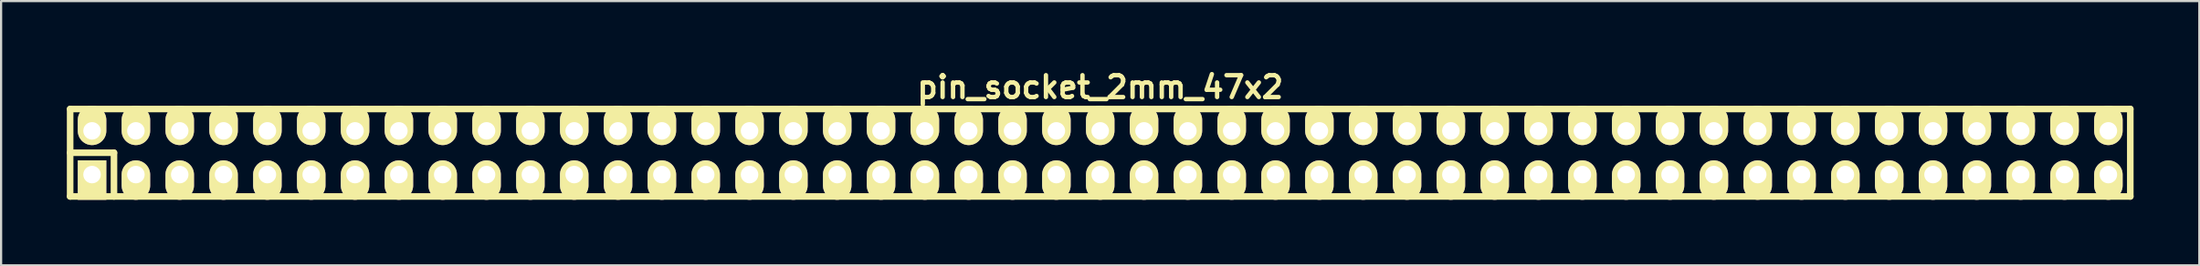
<source format=kicad_pcb>
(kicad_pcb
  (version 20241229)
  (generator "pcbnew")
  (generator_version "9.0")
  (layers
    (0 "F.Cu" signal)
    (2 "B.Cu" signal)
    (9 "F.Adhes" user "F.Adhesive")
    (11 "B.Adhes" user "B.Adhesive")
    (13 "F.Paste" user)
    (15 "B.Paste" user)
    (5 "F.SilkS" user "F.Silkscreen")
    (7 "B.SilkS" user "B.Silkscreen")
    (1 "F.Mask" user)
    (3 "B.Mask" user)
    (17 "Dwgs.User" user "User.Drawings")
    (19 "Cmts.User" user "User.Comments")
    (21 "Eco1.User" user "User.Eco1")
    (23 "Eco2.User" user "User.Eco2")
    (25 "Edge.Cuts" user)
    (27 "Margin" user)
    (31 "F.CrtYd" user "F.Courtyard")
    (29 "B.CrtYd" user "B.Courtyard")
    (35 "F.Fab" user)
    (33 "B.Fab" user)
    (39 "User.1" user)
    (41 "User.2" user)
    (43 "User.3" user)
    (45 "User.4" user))
  (footprint "pin_socket_2mm_47x2"
    (layer "F.Cu")
    (at 47.15 3.936)
    (property "Reference" "pin_socket_2mm_47x2" (at 0 -3 0) (layer "F.SilkS") (effects (font (size 1 1) (thickness 0.2))))
    (attr through_hole)
    (fp_line (start -47 -2) (end 47 -2) (stroke (width 0.3) (type solid)) (layer "F.SilkS"))
    (fp_line (start -47 0) (end -45 0) (stroke (width 0.3) (type solid)) (layer "F.SilkS"))
    (fp_line (start -47 2) (end -47 -2) (stroke (width 0.3) (type solid)) (layer "F.SilkS"))
    (fp_line (start -45 0) (end -45 2) (stroke (width 0.3) (type solid)) (layer "F.SilkS"))
    (fp_line (start 47 -2) (end 47 2) (stroke (width 0.3) (type solid)) (layer "F.SilkS"))
    (fp_line (start 47 2) (end -47 2) (stroke (width 0.3) (type solid)) (layer "F.SilkS"))
    (pad "1" thru_hole rect (at -46 1) (size 1.3 1.8) (drill 0.8 (offset 0 0.25)) (layers "*.Cu" "*.Mask" "F.SilkS"))
    (pad "2" thru_hole oval (at -46 -1) (size 1.3 1.8) (drill 0.8 (offset 0 -0.25)) (layers "*.Cu" "*.Mask" "F.SilkS"))
    (pad "3" thru_hole oval (at -44 1) (size 1.3 1.8) (drill 0.8 (offset 0 0.25)) (layers "*.Cu" "*.Mask" "F.SilkS"))
    (pad "4" thru_hole oval (at -44 -1) (size 1.3 1.8) (drill 0.8 (offset 0 -0.25)) (layers "*.Cu" "*.Mask" "F.SilkS"))
    (pad "5" thru_hole oval (at -42 1) (size 1.3 1.8) (drill 0.8 (offset 0 0.25)) (layers "*.Cu" "*.Mask" "F.SilkS"))
    (pad "6" thru_hole oval (at -42 -1) (size 1.3 1.8) (drill 0.8 (offset 0 -0.25)) (layers "*.Cu" "*.Mask" "F.SilkS"))
    (pad "7" thru_hole oval (at -40 1) (size 1.3 1.8) (drill 0.8 (offset 0 0.25)) (layers "*.Cu" "*.Mask" "F.SilkS"))
    (pad "8" thru_hole oval (at -40 -1) (size 1.3 1.8) (drill 0.8 (offset 0 -0.25)) (layers "*.Cu" "*.Mask" "F.SilkS"))
    (pad "9" thru_hole oval (at -38 1) (size 1.3 1.8) (drill 0.8 (offset 0 0.25)) (layers "*.Cu" "*.Mask" "F.SilkS"))
    (pad "10" thru_hole oval (at -38 -1) (size 1.3 1.8) (drill 0.8 (offset 0 -0.25)) (layers "*.Cu" "*.Mask" "F.SilkS"))
    (pad "11" thru_hole oval (at -36 1) (size 1.3 1.8) (drill 0.8 (offset 0 0.25)) (layers "*.Cu" "*.Mask" "F.SilkS"))
    (pad "12" thru_hole oval (at -36 -1) (size 1.3 1.8) (drill 0.8 (offset 0 -0.25)) (layers "*.Cu" "*.Mask" "F.SilkS"))
    (pad "13" thru_hole oval (at -34 1) (size 1.3 1.8) (drill 0.8 (offset 0 0.25)) (layers "*.Cu" "*.Mask" "F.SilkS"))
    (pad "14" thru_hole oval (at -34 -1) (size 1.3 1.8) (drill 0.8 (offset 0 -0.25)) (layers "*.Cu" "*.Mask" "F.SilkS"))
    (pad "15" thru_hole oval (at -32 1) (size 1.3 1.8) (drill 0.8 (offset 0 0.25)) (layers "*.Cu" "*.Mask" "F.SilkS"))
    (pad "16" thru_hole oval (at -32 -1) (size 1.3 1.8) (drill 0.8 (offset 0 -0.25)) (layers "*.Cu" "*.Mask" "F.SilkS"))
    (pad "17" thru_hole oval (at -30 1) (size 1.3 1.8) (drill 0.8 (offset 0 0.25)) (layers "*.Cu" "*.Mask" "F.SilkS"))
    (pad "18" thru_hole oval (at -30 -1) (size 1.3 1.8) (drill 0.8 (offset 0 -0.25)) (layers "*.Cu" "*.Mask" "F.SilkS"))
    (pad "19" thru_hole oval (at -28 1) (size 1.3 1.8) (drill 0.8 (offset 0 0.25)) (layers "*.Cu" "*.Mask" "F.SilkS"))
    (pad "20" thru_hole oval (at -28 -1) (size 1.3 1.8) (drill 0.8 (offset 0 -0.25)) (layers "*.Cu" "*.Mask" "F.SilkS"))
    (pad "21" thru_hole oval (at -26 1) (size 1.3 1.8) (drill 0.8 (offset 0 0.25)) (layers "*.Cu" "*.Mask" "F.SilkS"))
    (pad "22" thru_hole oval (at -26 -1) (size 1.3 1.8) (drill 0.8 (offset 0 -0.25)) (layers "*.Cu" "*.Mask" "F.SilkS"))
    (pad "23" thru_hole oval (at -24 1) (size 1.3 1.8) (drill 0.8 (offset 0 0.25)) (layers "*.Cu" "*.Mask" "F.SilkS"))
    (pad "24" thru_hole oval (at -24 -1) (size 1.3 1.8) (drill 0.8 (offset 0 -0.25)) (layers "*.Cu" "*.Mask" "F.SilkS"))
    (pad "25" thru_hole oval (at -22 1) (size 1.3 1.8) (drill 0.8 (offset 0 0.25)) (layers "*.Cu" "*.Mask" "F.SilkS"))
    (pad "26" thru_hole oval (at -22 -1) (size 1.3 1.8) (drill 0.8 (offset 0 -0.25)) (layers "*.Cu" "*.Mask" "F.SilkS"))
    (pad "27" thru_hole oval (at -20 1) (size 1.3 1.8) (drill 0.8 (offset 0 0.25)) (layers "*.Cu" "*.Mask" "F.SilkS"))
    (pad "28" thru_hole oval (at -20 -1) (size 1.3 1.8) (drill 0.8 (offset 0 -0.25)) (layers "*.Cu" "*.Mask" "F.SilkS"))
    (pad "29" thru_hole oval (at -18 1) (size 1.3 1.8) (drill 0.8 (offset 0 0.25)) (layers "*.Cu" "*.Mask" "F.SilkS"))
    (pad "30" thru_hole oval (at -18 -1) (size 1.3 1.8) (drill 0.8 (offset 0 -0.25)) (layers "*.Cu" "*.Mask" "F.SilkS"))
    (pad "31" thru_hole oval (at -16 1) (size 1.3 1.8) (drill 0.8 (offset 0 0.25)) (layers "*.Cu" "*.Mask" "F.SilkS"))
    (pad "32" thru_hole oval (at -16 -1) (size 1.3 1.8) (drill 0.8 (offset 0 -0.25)) (layers "*.Cu" "*.Mask" "F.SilkS"))
    (pad "33" thru_hole oval (at -14 1) (size 1.3 1.8) (drill 0.8 (offset 0 0.25)) (layers "*.Cu" "*.Mask" "F.SilkS"))
    (pad "34" thru_hole oval (at -14 -1) (size 1.3 1.8) (drill 0.8 (offset 0 -0.25)) (layers "*.Cu" "*.Mask" "F.SilkS"))
    (pad "35" thru_hole oval (at -12 1) (size 1.3 1.8) (drill 0.8 (offset 0 0.25)) (layers "*.Cu" "*.Mask" "F.SilkS"))
    (pad "36" thru_hole oval (at -12 -1) (size 1.3 1.8) (drill 0.8 (offset 0 -0.25)) (layers "*.Cu" "*.Mask" "F.SilkS"))
    (pad "37" thru_hole oval (at -10 1) (size 1.3 1.8) (drill 0.8 (offset 0 0.25)) (layers "*.Cu" "*.Mask" "F.SilkS"))
    (pad "38" thru_hole oval (at -10 -1) (size 1.3 1.8) (drill 0.8 (offset 0 -0.25)) (layers "*.Cu" "*.Mask" "F.SilkS"))
    (pad "39" thru_hole oval (at -8 1) (size 1.3 1.8) (drill 0.8 (offset 0 0.25)) (layers "*.Cu" "*.Mask" "F.SilkS"))
    (pad "40" thru_hole oval (at -8 -1) (size 1.3 1.8) (drill 0.8 (offset 0 -0.25)) (layers "*.Cu" "*.Mask" "F.SilkS"))
    (pad "41" thru_hole oval (at -6 1) (size 1.3 1.8) (drill 0.8 (offset 0 0.25)) (layers "*.Cu" "*.Mask" "F.SilkS"))
    (pad "42" thru_hole oval (at -6 -1) (size 1.3 1.8) (drill 0.8 (offset 0 -0.25)) (layers "*.Cu" "*.Mask" "F.SilkS"))
    (pad "43" thru_hole oval (at -4 1) (size 1.3 1.8) (drill 0.8 (offset 0 0.25)) (layers "*.Cu" "*.Mask" "F.SilkS"))
    (pad "44" thru_hole oval (at -4 -1) (size 1.3 1.8) (drill 0.8 (offset 0 -0.25)) (layers "*.Cu" "*.Mask" "F.SilkS"))
    (pad "45" thru_hole oval (at -2 1) (size 1.3 1.8) (drill 0.8 (offset 0 0.25)) (layers "*.Cu" "*.Mask" "F.SilkS"))
    (pad "46" thru_hole oval (at -2 -1) (size 1.3 1.8) (drill 0.8 (offset 0 -0.25)) (layers "*.Cu" "*.Mask" "F.SilkS"))
    (pad "47" thru_hole oval (at 0 1) (size 1.3 1.8) (drill 0.8 (offset 0 0.25)) (layers "*.Cu" "*.Mask" "F.SilkS"))
    (pad "48" thru_hole oval (at 0 -1) (size 1.3 1.8) (drill 0.8 (offset 0 -0.25)) (layers "*.Cu" "*.Mask" "F.SilkS"))
    (pad "49" thru_hole oval (at 2 1) (size 1.3 1.8) (drill 0.8 (offset 0 0.25)) (layers "*.Cu" "*.Mask" "F.SilkS"))
    (pad "50" thru_hole oval (at 2 -1) (size 1.3 1.8) (drill 0.8 (offset 0 -0.25)) (layers "*.Cu" "*.Mask" "F.SilkS"))
    (pad "51" thru_hole oval (at 4 1) (size 1.3 1.8) (drill 0.8 (offset 0 0.25)) (layers "*.Cu" "*.Mask" "F.SilkS"))
    (pad "52" thru_hole oval (at 4 -1) (size 1.3 1.8) (drill 0.8 (offset 0 -0.25)) (layers "*.Cu" "*.Mask" "F.SilkS"))
    (pad "53" thru_hole oval (at 6 1) (size 1.3 1.8) (drill 0.8 (offset 0 0.25)) (layers "*.Cu" "*.Mask" "F.SilkS"))
    (pad "54" thru_hole oval (at 6 -1) (size 1.3 1.8) (drill 0.8 (offset 0 -0.25)) (layers "*.Cu" "*.Mask" "F.SilkS"))
    (pad "55" thru_hole oval (at 8 1) (size 1.3 1.8) (drill 0.8 (offset 0 0.25)) (layers "*.Cu" "*.Mask" "F.SilkS"))
    (pad "56" thru_hole oval (at 8 -1) (size 1.3 1.8) (drill 0.8 (offset 0 -0.25)) (layers "*.Cu" "*.Mask" "F.SilkS"))
    (pad "57" thru_hole oval (at 10 1) (size 1.3 1.8) (drill 0.8 (offset 0 0.25)) (layers "*.Cu" "*.Mask" "F.SilkS"))
    (pad "58" thru_hole oval (at 10 -1) (size 1.3 1.8) (drill 0.8 (offset 0 -0.25)) (layers "*.Cu" "*.Mask" "F.SilkS"))
    (pad "59" thru_hole oval (at 12 1) (size 1.3 1.8) (drill 0.8 (offset 0 0.25)) (layers "*.Cu" "*.Mask" "F.SilkS"))
    (pad "60" thru_hole oval (at 12 -1) (size 1.3 1.8) (drill 0.8 (offset 0 -0.25)) (layers "*.Cu" "*.Mask" "F.SilkS"))
    (pad "61" thru_hole oval (at 14 1) (size 1.3 1.8) (drill 0.8 (offset 0 0.25)) (layers "*.Cu" "*.Mask" "F.SilkS"))
    (pad "62" thru_hole oval (at 14 -1) (size 1.3 1.8) (drill 0.8 (offset 0 -0.25)) (layers "*.Cu" "*.Mask" "F.SilkS"))
    (pad "63" thru_hole oval (at 16 1) (size 1.3 1.8) (drill 0.8 (offset 0 0.25)) (layers "*.Cu" "*.Mask" "F.SilkS"))
    (pad "64" thru_hole oval (at 16 -1) (size 1.3 1.8) (drill 0.8 (offset 0 -0.25)) (layers "*.Cu" "*.Mask" "F.SilkS"))
    (pad "65" thru_hole oval (at 18 1) (size 1.3 1.8) (drill 0.8 (offset 0 0.25)) (layers "*.Cu" "*.Mask" "F.SilkS"))
    (pad "66" thru_hole oval (at 18 -1) (size 1.3 1.8) (drill 0.8 (offset 0 -0.25)) (layers "*.Cu" "*.Mask" "F.SilkS"))
    (pad "67" thru_hole oval (at 20 1) (size 1.3 1.8) (drill 0.8 (offset 0 0.25)) (layers "*.Cu" "*.Mask" "F.SilkS"))
    (pad "68" thru_hole oval (at 20 -1) (size 1.3 1.8) (drill 0.8 (offset 0 -0.25)) (layers "*.Cu" "*.Mask" "F.SilkS"))
    (pad "69" thru_hole oval (at 22 1) (size 1.3 1.8) (drill 0.8 (offset 0 0.25)) (layers "*.Cu" "*.Mask" "F.SilkS"))
    (pad "70" thru_hole oval (at 22 -1) (size 1.3 1.8) (drill 0.8 (offset 0 -0.25)) (layers "*.Cu" "*.Mask" "F.SilkS"))
    (pad "71" thru_hole oval (at 24 1) (size 1.3 1.8) (drill 0.8 (offset 0 0.25)) (layers "*.Cu" "*.Mask" "F.SilkS"))
    (pad "72" thru_hole oval (at 24 -1) (size 1.3 1.8) (drill 0.8 (offset 0 -0.25)) (layers "*.Cu" "*.Mask" "F.SilkS"))
    (pad "73" thru_hole oval (at 26 1) (size 1.3 1.8) (drill 0.8 (offset 0 0.25)) (layers "*.Cu" "*.Mask" "F.SilkS"))
    (pad "74" thru_hole oval (at 26 -1) (size 1.3 1.8) (drill 0.8 (offset 0 -0.25)) (layers "*.Cu" "*.Mask" "F.SilkS"))
    (pad "75" thru_hole oval (at 28 1) (size 1.3 1.8) (drill 0.8 (offset 0 0.25)) (layers "*.Cu" "*.Mask" "F.SilkS"))
    (pad "76" thru_hole oval (at 28 -1) (size 1.3 1.8) (drill 0.8 (offset 0 -0.25)) (layers "*.Cu" "*.Mask" "F.SilkS"))
    (pad "77" thru_hole oval (at 30 1) (size 1.3 1.8) (drill 0.8 (offset 0 0.25)) (layers "*.Cu" "*.Mask" "F.SilkS"))
    (pad "78" thru_hole oval (at 30 -1) (size 1.3 1.8) (drill 0.8 (offset 0 -0.25)) (layers "*.Cu" "*.Mask" "F.SilkS"))
    (pad "79" thru_hole oval (at 32 1) (size 1.3 1.8) (drill 0.8 (offset 0 0.25)) (layers "*.Cu" "*.Mask" "F.SilkS"))
    (pad "80" thru_hole oval (at 32 -1) (size 1.3 1.8) (drill 0.8 (offset 0 -0.25)) (layers "*.Cu" "*.Mask" "F.SilkS"))
    (pad "81" thru_hole oval (at 34 1) (size 1.3 1.8) (drill 0.8 (offset 0 0.25)) (layers "*.Cu" "*.Mask" "F.SilkS"))
    (pad "82" thru_hole oval (at 34 -1) (size 1.3 1.8) (drill 0.8 (offset 0 -0.25)) (layers "*.Cu" "*.Mask" "F.SilkS"))
    (pad "83" thru_hole oval (at 36 1) (size 1.3 1.8) (drill 0.8 (offset 0 0.25)) (layers "*.Cu" "*.Mask" "F.SilkS"))
    (pad "84" thru_hole oval (at 36 -1) (size 1.3 1.8) (drill 0.8 (offset 0 -0.25)) (layers "*.Cu" "*.Mask" "F.SilkS"))
    (pad "85" thru_hole oval (at 38 1) (size 1.3 1.8) (drill 0.8 (offset 0 0.25)) (layers "*.Cu" "*.Mask" "F.SilkS"))
    (pad "86" thru_hole oval (at 38 -1) (size 1.3 1.8) (drill 0.8 (offset 0 -0.25)) (layers "*.Cu" "*.Mask" "F.SilkS"))
    (pad "87" thru_hole oval (at 40 1) (size 1.3 1.8) (drill 0.8 (offset 0 0.25)) (layers "*.Cu" "*.Mask" "F.SilkS"))
    (pad "88" thru_hole oval (at 40 -1) (size 1.3 1.8) (drill 0.8 (offset 0 -0.25)) (layers "*.Cu" "*.Mask" "F.SilkS"))
    (pad "89" thru_hole oval (at 42 1) (size 1.3 1.8) (drill 0.8 (offset 0 0.25)) (layers "*.Cu" "*.Mask" "F.SilkS"))
    (pad "90" thru_hole oval (at 42 -1) (size 1.3 1.8) (drill 0.8 (offset 0 -0.25)) (layers "*.Cu" "*.Mask" "F.SilkS"))
    (pad "91" thru_hole oval (at 44 1) (size 1.3 1.8) (drill 0.8 (offset 0 0.25)) (layers "*.Cu" "*.Mask" "F.SilkS"))
    (pad "92" thru_hole oval (at 44 -1) (size 1.3 1.8) (drill 0.8 (offset 0 -0.25)) (layers "*.Cu" "*.Mask" "F.SilkS"))
    (pad "93" thru_hole oval (at 46 1) (size 1.3 1.8) (drill 0.8 (offset 0 0.25)) (layers "*.Cu" "*.Mask" "F.SilkS"))
    (pad "94" thru_hole oval (at 46 -1) (size 1.3 1.8) (drill 0.8 (offset 0 -0.25)) (layers "*.Cu" "*.Mask" "F.SilkS")))
  (gr_rect
    (start -3 -3)
    (end 97.3 9.086)
    (stroke (width 0.1) (type default))
    (fill no)
    (layer "Edge.Cuts")))
</source>
